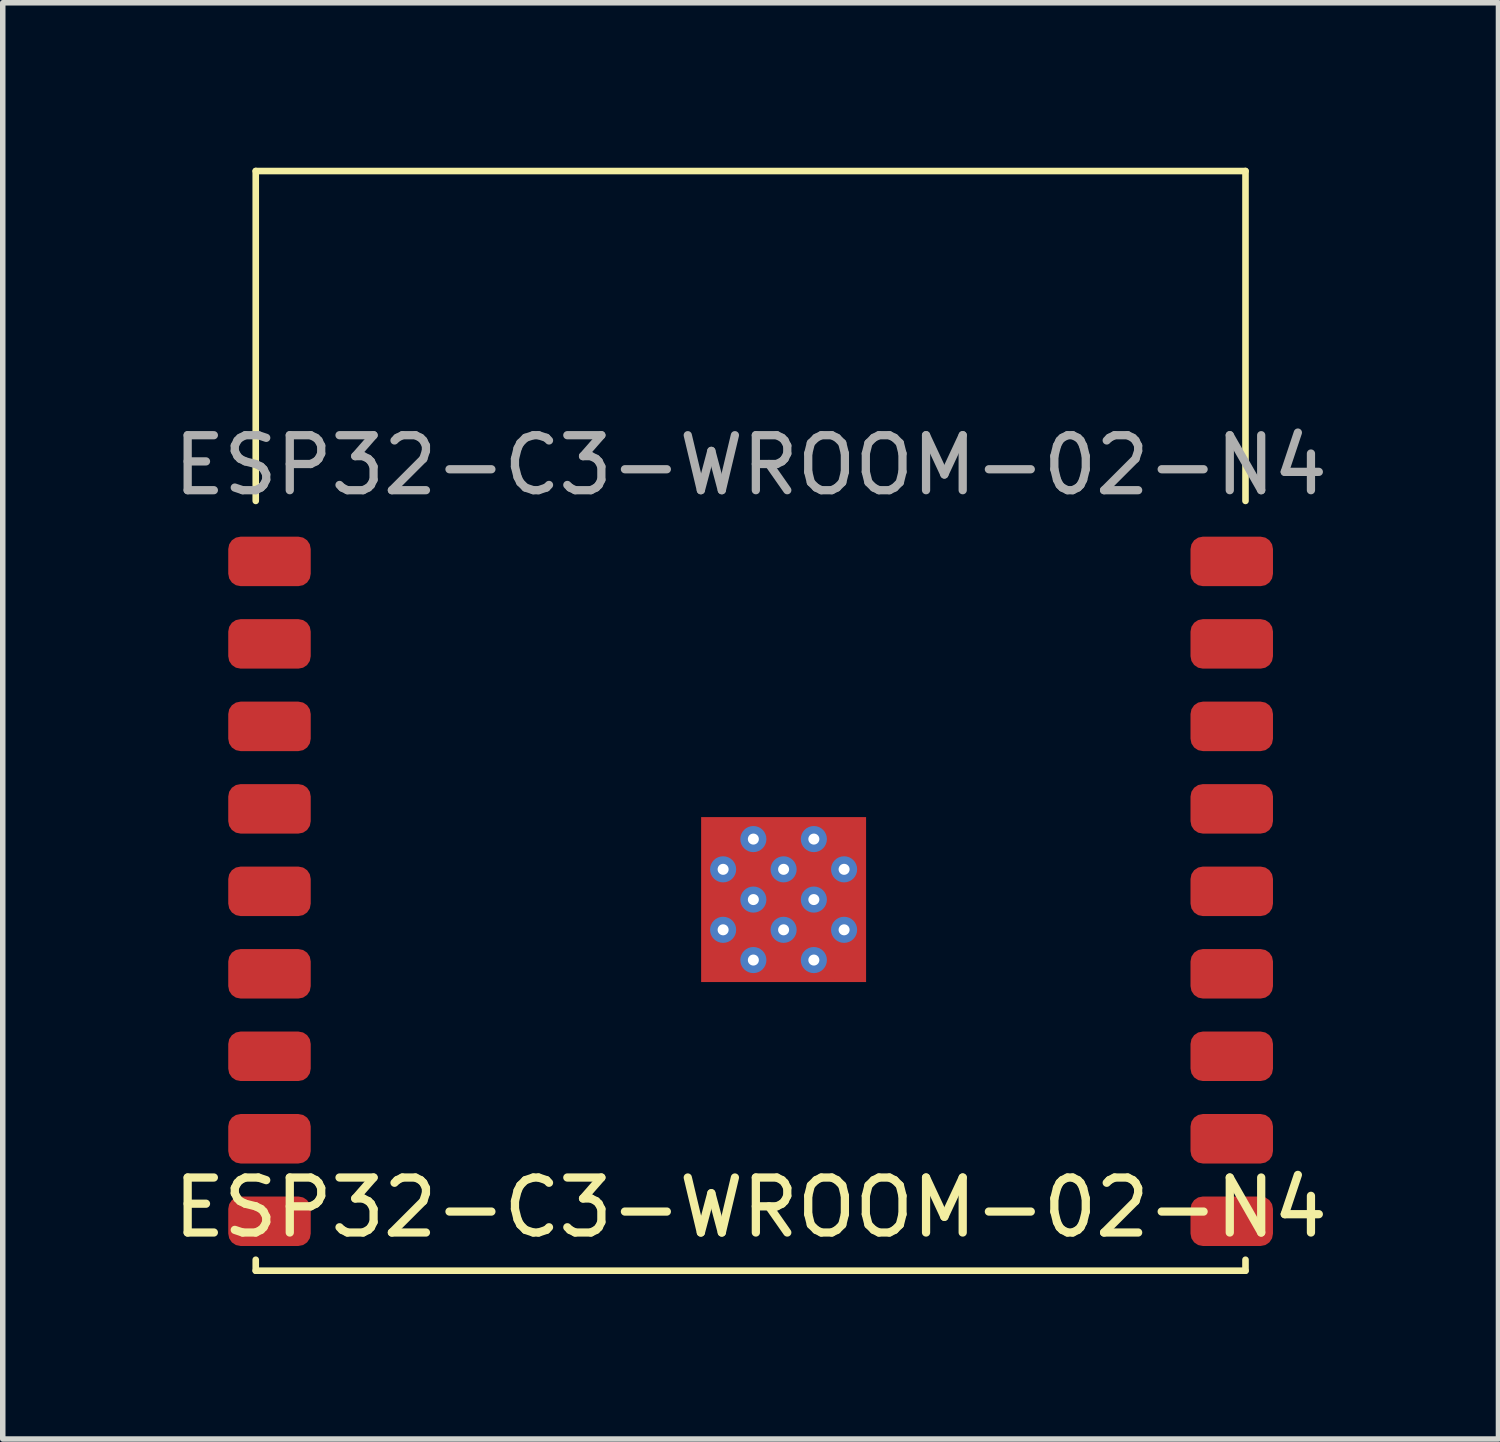
<source format=kicad_pcb>
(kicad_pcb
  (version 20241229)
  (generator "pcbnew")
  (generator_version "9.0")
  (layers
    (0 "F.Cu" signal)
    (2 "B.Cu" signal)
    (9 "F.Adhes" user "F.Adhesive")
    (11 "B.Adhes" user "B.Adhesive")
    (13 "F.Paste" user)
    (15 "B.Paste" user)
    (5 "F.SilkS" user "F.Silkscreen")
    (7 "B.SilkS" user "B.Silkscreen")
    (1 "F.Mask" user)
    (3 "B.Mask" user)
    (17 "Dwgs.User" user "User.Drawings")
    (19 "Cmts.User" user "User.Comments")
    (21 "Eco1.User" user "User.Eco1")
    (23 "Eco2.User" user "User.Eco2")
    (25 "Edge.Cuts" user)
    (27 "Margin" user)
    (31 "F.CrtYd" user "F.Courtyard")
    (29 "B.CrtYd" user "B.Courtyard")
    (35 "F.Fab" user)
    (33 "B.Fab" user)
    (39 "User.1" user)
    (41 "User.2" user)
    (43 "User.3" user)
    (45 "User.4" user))
  (footprint "ESP32-C3-WROOM-02-N4"
    (layer "F.Cu")
    (at 10.601 13.16)
    (property "Reference" "ESP32-C3-WROOM-02-N4" (at 0 5.75 0) (unlocked yes) (layer "F.SilkS") (effects (font (size 1 1) (thickness 0.15))))
    (attr smd)
    (fp_line (start -9 -13.1) (end 9 -13.1) (stroke (width 0.12) (type solid)) (layer "F.SilkS"))
    (fp_line (start -9 -7.1) (end -9 -13.1) (stroke (width 0.12) (type solid)) (layer "F.SilkS"))
    (fp_line (start -9 6.9) (end -9 6.7) (stroke (width 0.12) (type solid)) (layer "F.SilkS"))
    (fp_line (start 9 -13.1) (end 9 -7.1) (stroke (width 0.12) (type solid)) (layer "F.SilkS"))
    (fp_line (start 9 6.9) (end -9 6.9) (stroke (width 0.12) (type solid)) (layer "F.SilkS"))
    (fp_line (start 9 6.9) (end 9 6.7) (stroke (width 0.12) (type solid)) (layer "F.SilkS"))
    (fp_text user "${REFERENCE}" (at 0 -7.75 0) (unlocked yes) (layer "F.Fab") (effects (font (size 1 1) (thickness 0.15))))
    (pad "1" smd roundrect (at -8.75 -6) (size 1.5 0.9) (layers "F.Cu" "F.Mask" "F.Paste") (roundrect_rratio 0.25))
    (pad "2" smd roundrect (at -8.75 -4.5) (size 1.5 0.9) (layers "F.Cu" "F.Mask" "F.Paste") (roundrect_rratio 0.25))
    (pad "3" smd roundrect (at -8.75 -3) (size 1.5 0.9) (layers "F.Cu" "F.Mask" "F.Paste") (roundrect_rratio 0.25))
    (pad "4" smd roundrect (at -8.75 -1.5) (size 1.5 0.9) (layers "F.Cu" "F.Mask" "F.Paste") (roundrect_rratio 0.25))
    (pad "5" smd roundrect (at -8.75 0) (size 1.5 0.9) (layers "F.Cu" "F.Mask" "F.Paste") (roundrect_rratio 0.25))
    (pad "6" smd roundrect (at -8.75 1.5) (size 1.5 0.9) (layers "F.Cu" "F.Mask" "F.Paste") (roundrect_rratio 0.25))
    (pad "7" smd roundrect (at -8.75 3) (size 1.5 0.9) (layers "F.Cu" "F.Mask" "F.Paste") (roundrect_rratio 0.25))
    (pad "8" smd roundrect (at -8.75 4.5) (size 1.5 0.9) (layers "F.Cu" "F.Mask" "F.Paste") (roundrect_rratio 0.25))
    (pad "9" smd roundrect (at -8.75 6) (size 1.5 0.9) (layers "F.Cu" "F.Mask" "F.Paste") (roundrect_rratio 0.25))
    (pad "10" smd roundrect (at 8.75 6) (size 1.5 0.9) (layers "F.Cu" "F.Mask" "F.Paste") (roundrect_rratio 0.25))
    (pad "11" smd roundrect (at 8.75 4.5) (size 1.5 0.9) (layers "F.Cu" "F.Mask" "F.Paste") (roundrect_rratio 0.25))
    (pad "12" smd roundrect (at 8.75 3) (size 1.5 0.9) (layers "F.Cu" "F.Mask" "F.Paste") (roundrect_rratio 0.25))
    (pad "13" smd roundrect (at 8.75 1.5) (size 1.5 0.9) (layers "F.Cu" "F.Mask" "F.Paste") (roundrect_rratio 0.25))
    (pad "14" smd roundrect (at 8.75 0) (size 1.5 0.9) (layers "F.Cu" "F.Mask" "F.Paste") (roundrect_rratio 0.25))
    (pad "15" smd roundrect (at 8.75 -1.5) (size 1.5 0.9) (layers "F.Cu" "F.Mask" "F.Paste") (roundrect_rratio 0.25))
    (pad "16" smd roundrect (at 8.75 -3) (size 1.5 0.9) (layers "F.Cu" "F.Mask" "F.Paste") (roundrect_rratio 0.25))
    (pad "17" smd roundrect (at 8.75 -4.5) (size 1.5 0.9) (layers "F.Cu" "F.Mask" "F.Paste") (roundrect_rratio 0.25))
    (pad "18" smd roundrect (at 8.75 -6) (size 1.5 0.9) (layers "F.Cu" "F.Mask" "F.Paste") (roundrect_rratio 0.25))
    (pad "TP" smd roundrect (at -0.5 -0.95) (size 0.7 0.7) (layers "F.Cu" "F.Mask" "F.Paste") (roundrect_rratio 0.25))
    (pad "TP" thru_hole circle (at -0.5 -0.4) (size 0.475 0.475) (drill 0.2) (layers "*.Cu" "F.Mask"))
    (pad "TP" smd roundrect (at -0.5 0.15) (size 0.7 0.7) (layers "F.Cu" "F.Mask" "F.Paste") (roundrect_rratio 0.25))
    (pad "TP" thru_hole circle (at -0.5 0.7) (size 0.475 0.475) (drill 0.2) (layers "*.Cu" "F.Mask"))
    (pad "TP" smd roundrect (at -0.5 1.25) (size 0.7 0.7) (layers "F.Cu" "F.Mask" "F.Paste") (roundrect_rratio 0.25))
    (pad "TP" thru_hole circle (at 0.05 -0.95) (size 0.475 0.475) (drill 0.2) (layers "*.Cu" "F.Mask"))
    (pad "TP" thru_hole circle (at 0.05 0.15) (size 0.475 0.475) (drill 0.2) (layers "*.Cu" "F.Mask"))
    (pad "TP" thru_hole circle (at 0.05 1.25) (size 0.475 0.475) (drill 0.2) (layers "*.Cu" "F.Mask"))
    (pad "TP" smd roundrect (at 0.6 -0.95) (size 0.7 0.7) (layers "F.Cu" "F.Mask" "F.Paste") (roundrect_rratio 0.25))
    (pad "TP" thru_hole circle (at 0.6 -0.4) (size 0.475 0.475) (drill 0.2) (layers "*.Cu" "F.Mask"))
    (pad "TP" smd roundrect (at 0.6 0.15) (size 0.7 0.7) (layers "F.Cu" "F.Mask" "F.Paste") (roundrect_rratio 0.25))
    (pad "TP" smd rect (at 0.6 0.15) (size 3 3) (layers "F.Cu" "F.Mask"))
    (pad "TP" thru_hole circle (at 0.6 0.7) (size 0.475 0.475) (drill 0.2) (layers "*.Cu" "F.Mask"))
    (pad "TP" smd roundrect (at 0.6 1.25) (size 0.7 0.7) (layers "F.Cu" "F.Mask" "F.Paste") (roundrect_rratio 0.25))
    (pad "TP" thru_hole circle (at 1.15 -0.95) (size 0.475 0.475) (drill 0.2) (layers "*.Cu" "F.Mask"))
    (pad "TP" thru_hole circle (at 1.15 0.15) (size 0.475 0.475) (drill 0.2) (layers "*.Cu" "F.Mask"))
    (pad "TP" thru_hole circle (at 1.15 1.25) (size 0.475 0.475) (drill 0.2) (layers "*.Cu" "F.Mask"))
    (pad "TP" smd roundrect (at 1.7 -0.95) (size 0.7 0.7) (layers "F.Cu" "F.Mask" "F.Paste") (roundrect_rratio 0.25))
    (pad "TP" thru_hole circle (at 1.7 -0.4) (size 0.475 0.475) (drill 0.2) (layers "*.Cu" "F.Mask"))
    (pad "TP" smd roundrect (at 1.7 0.15) (size 0.7 0.7) (layers "F.Cu" "F.Mask" "F.Paste") (roundrect_rratio 0.25))
    (pad "TP" thru_hole circle (at 1.7 0.7) (size 0.475 0.475) (drill 0.2) (layers "*.Cu" "F.Mask"))
    (pad "TP" smd roundrect (at 1.7 1.25) (size 0.7 0.7) (layers "F.Cu" "F.Mask" "F.Paste") (roundrect_rratio 0.25))
    (zone (net_name "") (layers "F.Cu" "B.Cu") (name "Antenna") (hatch full 0.508) (connect_pads) (min_thickness 0.254) (filled_areas_thickness no) (keepout (tracks not_allowed) (vias not_allowed) (pads not_allowed) (copperpour not_allowed) (footprints allowed)) (placement (enabled no)) (fill) (polygon (pts (xy 19.601 6.06) (xy 1.601 6.06) (xy 1.601 0.06) (xy 19.601 0.06)))))
  (gr_rect
    (start -3 -3)
    (end 24.202 23.12)
    (stroke (width 0.1) (type default))
    (fill no)
    (layer "Edge.Cuts")))
</source>
